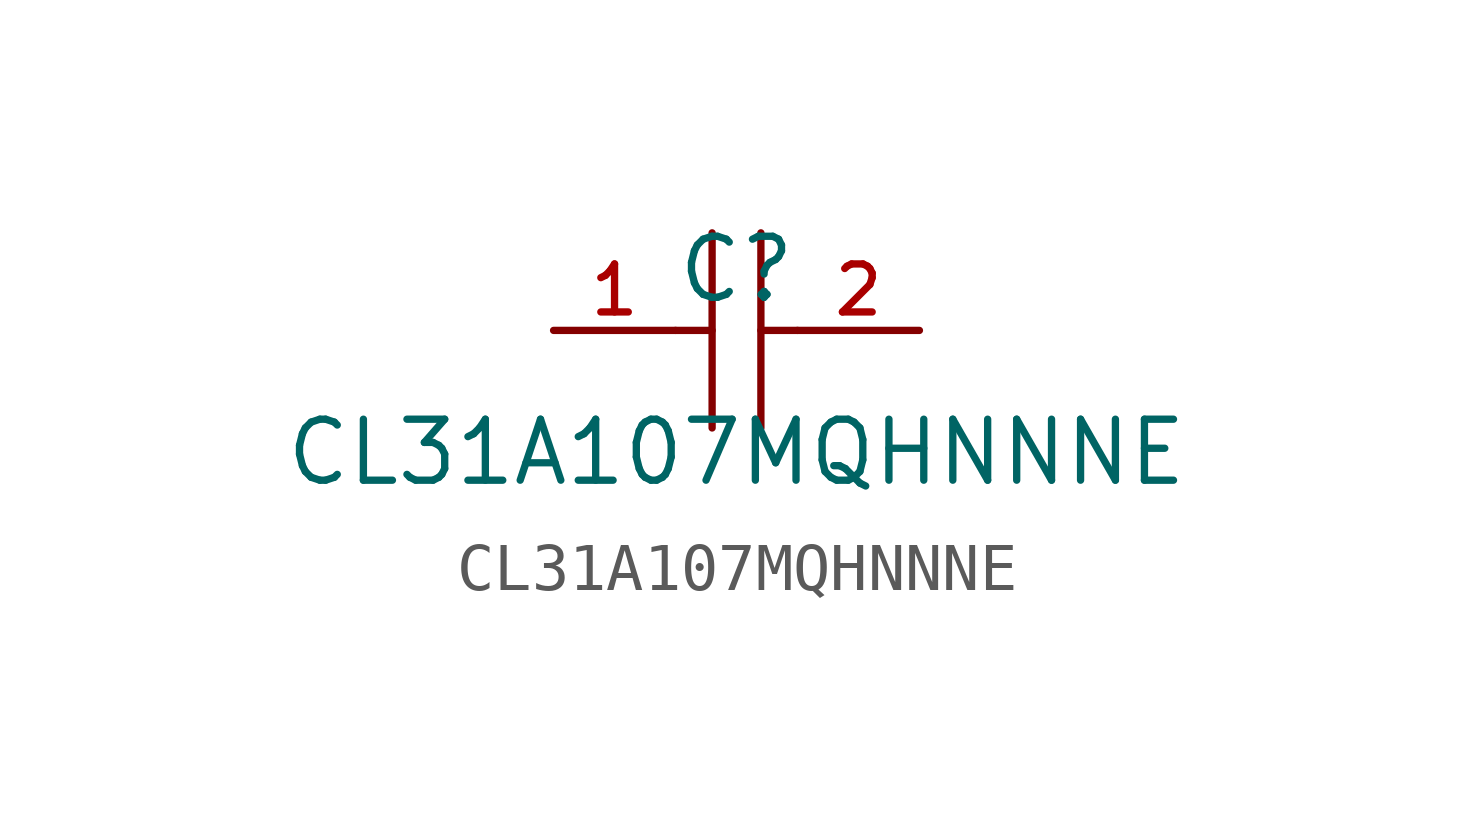
<source format=kicad_sym>
(kicad_symbol_lib
  (version 20210201)
  (generator TousstNicolas/JLC2KiCad_lib)
  (symbol "CL31A107MQHNNNE"
    (pin_names hide)
    (property "Reference" "C"
      (at 0 1.27 0)
      (effects (font (size 1.27 1.27))))
    (property "Value" "CL31A107MQHNNNE"
      (at 0 -2.54 0)
      (effects (font (size 1.27 1.27))))
    (symbol "CL31A107MQHNNNE_0_1"
      (polyline (pts (xy -0.508 2.032) (xy -0.508 -2.032)) (stroke (width 0) (type default) (color 0 0 0 0)) (fill (type none)))
      (polyline (pts (xy 0.508 2.032) (xy 0.508 -2.032)) (stroke (width 0) (type default) (color 0 0 0 0)) (fill (type none)))
      (pin input line (at -3.81 -0.0 0) (length 2.54) (name "1" (effects (font (size 1 1)))) (number "1" (effects (font (size 1 1)))))
      (pin input line (at 3.81 -0.0 180) (length 2.54) (name "2" (effects (font (size 1 1)))) (number "2" (effects (font (size 1 1)))))
      (polyline (pts (xy -1.27 -0.0) (xy -0.508 -0.0)) (stroke (width 0) (type default) (color 0 0 0 0)) (fill (type none)))
      (polyline (pts (xy 0.508 -0.0) (xy 1.27 -0.0)) (stroke (width 0) (type default) (color 0 0 0 0)) (fill (type none))))))
</source>
